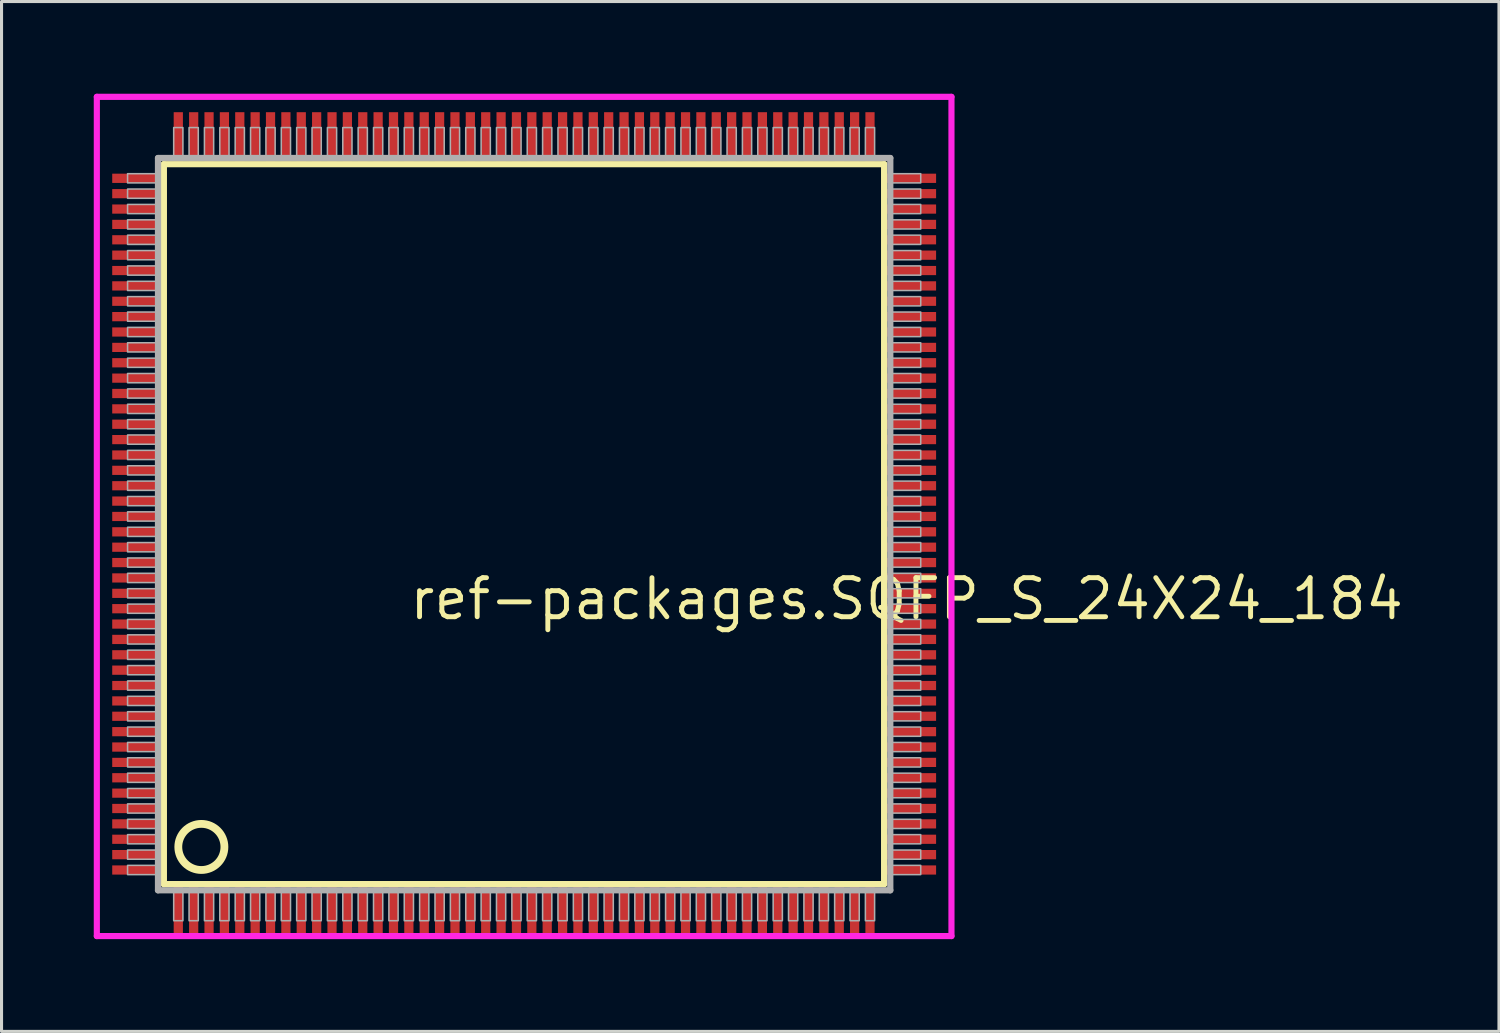
<source format=kicad_pcb>
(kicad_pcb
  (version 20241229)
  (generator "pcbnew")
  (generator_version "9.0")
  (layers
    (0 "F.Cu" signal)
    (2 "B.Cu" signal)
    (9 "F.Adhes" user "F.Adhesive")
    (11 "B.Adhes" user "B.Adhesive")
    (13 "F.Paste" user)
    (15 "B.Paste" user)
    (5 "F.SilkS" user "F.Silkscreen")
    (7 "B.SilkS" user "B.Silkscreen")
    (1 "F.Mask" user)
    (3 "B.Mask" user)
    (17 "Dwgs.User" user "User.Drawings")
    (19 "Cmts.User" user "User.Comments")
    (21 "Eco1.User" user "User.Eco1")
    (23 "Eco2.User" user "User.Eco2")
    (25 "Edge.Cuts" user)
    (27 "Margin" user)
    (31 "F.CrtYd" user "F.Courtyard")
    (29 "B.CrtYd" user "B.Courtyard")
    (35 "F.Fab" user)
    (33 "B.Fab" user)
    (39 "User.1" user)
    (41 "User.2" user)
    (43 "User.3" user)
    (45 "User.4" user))
  (footprint "ref-packages.SQFP_S_24X24_184"
    (layer "F.Cu")
    (at 14 14)
    (property "Reference" "ref-packages.SQFP_S_24X24_184" (at -3.81 3.175 0) (layer "F.SilkS") (effects (font (size 1.27 1.27) (thickness 0.16)) (justify left bottom)))
    (attr smd)
    (fp_line (start -11.72 -11.71) (end 11.71 -11.71) (stroke (width 0.203) (type default)) (layer "F.SilkS"))
    (fp_line (start -11.72 11.71) (end -11.72 -11.71) (stroke (width 0.203) (type default)) (layer "F.SilkS"))
    (fp_line (start 11.71 11.71) (end -11.72 11.71) (stroke (width 0.203) (type default)) (layer "F.SilkS"))
    (fp_line (start 11.71 -11.71) (end 11.71 11.71) (stroke (width 0.203) (type default)) (layer "F.SilkS"))
    (fp_circle (center -10.5 10.5) (end -9.75 10.5) (stroke (width 0.254) (type default)) (fill no) (layer "F.SilkS"))
    (fp_line (start -13.9 -13.9) (end 13.9 -13.9) (stroke (width 0.2) (type default)) (layer "F.CrtYd"))
    (fp_line (start -13.9 13.4) (end -13.9 -13.9) (stroke (width 0.2) (type default)) (layer "F.CrtYd"))
    (fp_line (start 13.9 -13.9) (end 13.9 13.4) (stroke (width 0.2) (type default)) (layer "F.CrtYd"))
    (fp_line (start 13.9 13.4) (end -13.9 13.4) (stroke (width 0.2) (type default)) (layer "F.CrtYd"))
    (fp_line (start -11.91 -11.91) (end -11.91 11.91) (stroke (width 0.203) (type default)) (layer "F.Fab"))
    (fp_line (start -11.91 11.91) (end 11.91 11.91) (stroke (width 0.203) (type default)) (layer "F.Fab"))
    (fp_line (start 11.91 -11.91) (end -11.91 -11.91) (stroke (width 0.203) (type default)) (layer "F.Fab"))
    (fp_line (start 11.91 11.91) (end 11.91 -11.91) (stroke (width 0.203) (type default)) (layer "F.Fab"))
    (fp_rect (start -12.9 -11.1) (end -11.95 -11.4) (stroke (width 0.05) (type default)) (fill no) (layer "F.Fab"))
    (fp_rect (start -12.9 -10.6) (end -11.95 -10.9) (stroke (width 0.05) (type default)) (fill no) (layer "F.Fab"))
    (fp_rect (start -12.9 -10.1) (end -11.95 -10.4) (stroke (width 0.05) (type default)) (fill no) (layer "F.Fab"))
    (fp_rect (start -12.9 -9.6) (end -11.95 -9.9) (stroke (width 0.05) (type default)) (fill no) (layer "F.Fab"))
    (fp_rect (start -12.9 -9.1) (end -11.95 -9.4) (stroke (width 0.05) (type default)) (fill no) (layer "F.Fab"))
    (fp_rect (start -12.9 -8.6) (end -11.95 -8.9) (stroke (width 0.05) (type default)) (fill no) (layer "F.Fab"))
    (fp_rect (start -12.9 -8.1) (end -11.95 -8.4) (stroke (width 0.05) (type default)) (fill no) (layer "F.Fab"))
    (fp_rect (start -12.9 -7.6) (end -11.95 -7.9) (stroke (width 0.05) (type default)) (fill no) (layer "F.Fab"))
    (fp_rect (start -12.9 -7.1) (end -11.95 -7.4) (stroke (width 0.05) (type default)) (fill no) (layer "F.Fab"))
    (fp_rect (start -12.9 -6.6) (end -11.95 -6.9) (stroke (width 0.05) (type default)) (fill no) (layer "F.Fab"))
    (fp_rect (start -12.9 -6.1) (end -11.95 -6.4) (stroke (width 0.05) (type default)) (fill no) (layer "F.Fab"))
    (fp_rect (start -12.9 -5.6) (end -11.95 -5.9) (stroke (width 0.05) (type default)) (fill no) (layer "F.Fab"))
    (fp_rect (start -12.9 -5.1) (end -11.95 -5.4) (stroke (width 0.05) (type default)) (fill no) (layer "F.Fab"))
    (fp_rect (start -12.9 -4.6) (end -11.95 -4.9) (stroke (width 0.05) (type default)) (fill no) (layer "F.Fab"))
    (fp_rect (start -12.9 -4.1) (end -11.95 -4.4) (stroke (width 0.05) (type default)) (fill no) (layer "F.Fab"))
    (fp_rect (start -12.9 -3.6) (end -11.95 -3.9) (stroke (width 0.05) (type default)) (fill no) (layer "F.Fab"))
    (fp_rect (start -12.9 -3.1) (end -11.95 -3.4) (stroke (width 0.05) (type default)) (fill no) (layer "F.Fab"))
    (fp_rect (start -12.9 -2.6) (end -11.95 -2.9) (stroke (width 0.05) (type default)) (fill no) (layer "F.Fab"))
    (fp_rect (start -12.9 -2.1) (end -11.95 -2.4) (stroke (width 0.05) (type default)) (fill no) (layer "F.Fab"))
    (fp_rect (start -12.9 -1.6) (end -11.95 -1.9) (stroke (width 0.05) (type default)) (fill no) (layer "F.Fab"))
    (fp_rect (start -12.9 -1.1) (end -11.95 -1.4) (stroke (width 0.05) (type default)) (fill no) (layer "F.Fab"))
    (fp_rect (start -12.9 -0.6) (end -11.95 -0.9) (stroke (width 0.05) (type default)) (fill no) (layer "F.Fab"))
    (fp_rect (start -12.9 -0.1) (end -11.95 -0.4) (stroke (width 0.05) (type default)) (fill no) (layer "F.Fab"))
    (fp_rect (start -12.9 0.4) (end -11.95 0.1) (stroke (width 0.05) (type default)) (fill no) (layer "F.Fab"))
    (fp_rect (start -12.9 0.9) (end -11.95 0.6) (stroke (width 0.05) (type default)) (fill no) (layer "F.Fab"))
    (fp_rect (start -12.9 1.4) (end -11.95 1.1) (stroke (width 0.05) (type default)) (fill no) (layer "F.Fab"))
    (fp_rect (start -12.9 1.9) (end -11.95 1.6) (stroke (width 0.05) (type default)) (fill no) (layer "F.Fab"))
    (fp_rect (start -12.9 2.4) (end -11.95 2.1) (stroke (width 0.05) (type default)) (fill no) (layer "F.Fab"))
    (fp_rect (start -12.9 2.9) (end -11.95 2.6) (stroke (width 0.05) (type default)) (fill no) (layer "F.Fab"))
    (fp_rect (start -12.9 3.4) (end -11.95 3.1) (stroke (width 0.05) (type default)) (fill no) (layer "F.Fab"))
    (fp_rect (start -12.9 3.9) (end -11.95 3.6) (stroke (width 0.05) (type default)) (fill no) (layer "F.Fab"))
    (fp_rect (start -12.9 4.4) (end -11.95 4.1) (stroke (width 0.05) (type default)) (fill no) (layer "F.Fab"))
    (fp_rect (start -12.9 4.9) (end -11.95 4.6) (stroke (width 0.05) (type default)) (fill no) (layer "F.Fab"))
    (fp_rect (start -12.9 5.4) (end -11.95 5.1) (stroke (width 0.05) (type default)) (fill no) (layer "F.Fab"))
    (fp_rect (start -12.9 5.9) (end -11.95 5.6) (stroke (width 0.05) (type default)) (fill no) (layer "F.Fab"))
    (fp_rect (start -12.9 6.4) (end -11.95 6.1) (stroke (width 0.05) (type default)) (fill no) (layer "F.Fab"))
    (fp_rect (start -12.9 6.9) (end -11.95 6.6) (stroke (width 0.05) (type default)) (fill no) (layer "F.Fab"))
    (fp_rect (start -12.9 7.4) (end -11.95 7.1) (stroke (width 0.05) (type default)) (fill no) (layer "F.Fab"))
    (fp_rect (start -12.9 7.9) (end -11.95 7.6) (stroke (width 0.05) (type default)) (fill no) (layer "F.Fab"))
    (fp_rect (start -12.9 8.4) (end -11.95 8.1) (stroke (width 0.05) (type default)) (fill no) (layer "F.Fab"))
    (fp_rect (start -12.9 8.9) (end -11.95 8.6) (stroke (width 0.05) (type default)) (fill no) (layer "F.Fab"))
    (fp_rect (start -12.9 9.4) (end -11.95 9.1) (stroke (width 0.05) (type default)) (fill no) (layer "F.Fab"))
    (fp_rect (start -12.9 9.9) (end -11.95 9.6) (stroke (width 0.05) (type default)) (fill no) (layer "F.Fab"))
    (fp_rect (start -12.9 10.4) (end -11.95 10.1) (stroke (width 0.05) (type default)) (fill no) (layer "F.Fab"))
    (fp_rect (start -12.9 10.9) (end -11.95 10.6) (stroke (width 0.05) (type default)) (fill no) (layer "F.Fab"))
    (fp_rect (start -12.9 11.4) (end -11.95 11.1) (stroke (width 0.05) (type default)) (fill no) (layer "F.Fab"))
    (fp_rect (start -11.4 -11.95) (end -11.1 -12.9) (stroke (width 0.05) (type default)) (fill no) (layer "F.Fab"))
    (fp_rect (start -11.4 12.9) (end -11.1 11.95) (stroke (width 0.05) (type default)) (fill no) (layer "F.Fab"))
    (fp_rect (start -10.9 -11.95) (end -10.6 -12.9) (stroke (width 0.05) (type default)) (fill no) (layer "F.Fab"))
    (fp_rect (start -10.9 12.9) (end -10.6 11.95) (stroke (width 0.05) (type default)) (fill no) (layer "F.Fab"))
    (fp_rect (start -10.4 -11.95) (end -10.1 -12.9) (stroke (width 0.05) (type default)) (fill no) (layer "F.Fab"))
    (fp_rect (start -10.4 12.9) (end -10.1 11.95) (stroke (width 0.05) (type default)) (fill no) (layer "F.Fab"))
    (fp_rect (start -9.9 -11.95) (end -9.6 -12.9) (stroke (width 0.05) (type default)) (fill no) (layer "F.Fab"))
    (fp_rect (start -9.9 12.9) (end -9.6 11.95) (stroke (width 0.05) (type default)) (fill no) (layer "F.Fab"))
    (fp_rect (start -9.4 -11.95) (end -9.1 -12.9) (stroke (width 0.05) (type default)) (fill no) (layer "F.Fab"))
    (fp_rect (start -9.4 12.9) (end -9.1 11.95) (stroke (width 0.05) (type default)) (fill no) (layer "F.Fab"))
    (fp_rect (start -8.9 -11.95) (end -8.6 -12.9) (stroke (width 0.05) (type default)) (fill no) (layer "F.Fab"))
    (fp_rect (start -8.9 12.9) (end -8.6 11.95) (stroke (width 0.05) (type default)) (fill no) (layer "F.Fab"))
    (fp_rect (start -8.4 -11.95) (end -8.1 -12.9) (stroke (width 0.05) (type default)) (fill no) (layer "F.Fab"))
    (fp_rect (start -8.4 12.9) (end -8.1 11.95) (stroke (width 0.05) (type default)) (fill no) (layer "F.Fab"))
    (fp_rect (start -7.9 -11.95) (end -7.6 -12.9) (stroke (width 0.05) (type default)) (fill no) (layer "F.Fab"))
    (fp_rect (start -7.9 12.9) (end -7.6 11.95) (stroke (width 0.05) (type default)) (fill no) (layer "F.Fab"))
    (fp_rect (start -7.4 -11.95) (end -7.1 -12.9) (stroke (width 0.05) (type default)) (fill no) (layer "F.Fab"))
    (fp_rect (start -7.4 12.9) (end -7.1 11.95) (stroke (width 0.05) (type default)) (fill no) (layer "F.Fab"))
    (fp_rect (start -6.9 -11.95) (end -6.6 -12.9) (stroke (width 0.05) (type default)) (fill no) (layer "F.Fab"))
    (fp_rect (start -6.9 12.9) (end -6.6 11.95) (stroke (width 0.05) (type default)) (fill no) (layer "F.Fab"))
    (fp_rect (start -6.4 -11.95) (end -6.1 -12.9) (stroke (width 0.05) (type default)) (fill no) (layer "F.Fab"))
    (fp_rect (start -6.4 12.9) (end -6.1 11.95) (stroke (width 0.05) (type default)) (fill no) (layer "F.Fab"))
    (fp_rect (start -5.9 -11.95) (end -5.6 -12.9) (stroke (width 0.05) (type default)) (fill no) (layer "F.Fab"))
    (fp_rect (start -5.9 12.9) (end -5.6 11.95) (stroke (width 0.05) (type default)) (fill no) (layer "F.Fab"))
    (fp_rect (start -5.4 -11.95) (end -5.1 -12.9) (stroke (width 0.05) (type default)) (fill no) (layer "F.Fab"))
    (fp_rect (start -5.4 12.9) (end -5.1 11.95) (stroke (width 0.05) (type default)) (fill no) (layer "F.Fab"))
    (fp_rect (start -4.9 -11.95) (end -4.6 -12.9) (stroke (width 0.05) (type default)) (fill no) (layer "F.Fab"))
    (fp_rect (start -4.9 12.9) (end -4.6 11.95) (stroke (width 0.05) (type default)) (fill no) (layer "F.Fab"))
    (fp_rect (start -4.4 -11.95) (end -4.1 -12.9) (stroke (width 0.05) (type default)) (fill no) (layer "F.Fab"))
    (fp_rect (start -4.4 12.9) (end -4.1 11.95) (stroke (width 0.05) (type default)) (fill no) (layer "F.Fab"))
    (fp_rect (start -3.9 -11.95) (end -3.6 -12.9) (stroke (width 0.05) (type default)) (fill no) (layer "F.Fab"))
    (fp_rect (start -3.9 12.9) (end -3.6 11.95) (stroke (width 0.05) (type default)) (fill no) (layer "F.Fab"))
    (fp_rect (start -3.4 -11.95) (end -3.1 -12.9) (stroke (width 0.05) (type default)) (fill no) (layer "F.Fab"))
    (fp_rect (start -3.4 12.9) (end -3.1 11.95) (stroke (width 0.05) (type default)) (fill no) (layer "F.Fab"))
    (fp_rect (start -2.9 -11.95) (end -2.6 -12.9) (stroke (width 0.05) (type default)) (fill no) (layer "F.Fab"))
    (fp_rect (start -2.9 12.9) (end -2.6 11.95) (stroke (width 0.05) (type default)) (fill no) (layer "F.Fab"))
    (fp_rect (start -2.4 -11.95) (end -2.1 -12.9) (stroke (width 0.05) (type default)) (fill no) (layer "F.Fab"))
    (fp_rect (start -2.4 12.9) (end -2.1 11.95) (stroke (width 0.05) (type default)) (fill no) (layer "F.Fab"))
    (fp_rect (start -1.9 -11.95) (end -1.6 -12.9) (stroke (width 0.05) (type default)) (fill no) (layer "F.Fab"))
    (fp_rect (start -1.9 12.9) (end -1.6 11.95) (stroke (width 0.05) (type default)) (fill no) (layer "F.Fab"))
    (fp_rect (start -1.4 -11.95) (end -1.1 -12.9) (stroke (width 0.05) (type default)) (fill no) (layer "F.Fab"))
    (fp_rect (start -1.4 12.9) (end -1.1 11.95) (stroke (width 0.05) (type default)) (fill no) (layer "F.Fab"))
    (fp_rect (start -0.9 -11.95) (end -0.6 -12.9) (stroke (width 0.05) (type default)) (fill no) (layer "F.Fab"))
    (fp_rect (start -0.9 12.9) (end -0.6 11.95) (stroke (width 0.05) (type default)) (fill no) (layer "F.Fab"))
    (fp_rect (start -0.4 -11.95) (end -0.1 -12.9) (stroke (width 0.05) (type default)) (fill no) (layer "F.Fab"))
    (fp_rect (start -0.4 12.9) (end -0.1 11.95) (stroke (width 0.05) (type default)) (fill no) (layer "F.Fab"))
    (fp_rect (start 0.1 -11.95) (end 0.4 -12.9) (stroke (width 0.05) (type default)) (fill no) (layer "F.Fab"))
    (fp_rect (start 0.1 12.9) (end 0.4 11.95) (stroke (width 0.05) (type default)) (fill no) (layer "F.Fab"))
    (fp_rect (start 0.6 -11.95) (end 0.9 -12.9) (stroke (width 0.05) (type default)) (fill no) (layer "F.Fab"))
    (fp_rect (start 0.6 12.9) (end 0.9 11.95) (stroke (width 0.05) (type default)) (fill no) (layer "F.Fab"))
    (fp_rect (start 1.1 -11.95) (end 1.4 -12.9) (stroke (width 0.05) (type default)) (fill no) (layer "F.Fab"))
    (fp_rect (start 1.1 12.9) (end 1.4 11.95) (stroke (width 0.05) (type default)) (fill no) (layer "F.Fab"))
    (fp_rect (start 1.6 -11.95) (end 1.9 -12.9) (stroke (width 0.05) (type default)) (fill no) (layer "F.Fab"))
    (fp_rect (start 1.6 12.9) (end 1.9 11.95) (stroke (width 0.05) (type default)) (fill no) (layer "F.Fab"))
    (fp_rect (start 2.1 -11.95) (end 2.4 -12.9) (stroke (width 0.05) (type default)) (fill no) (layer "F.Fab"))
    (fp_rect (start 2.1 12.9) (end 2.4 11.95) (stroke (width 0.05) (type default)) (fill no) (layer "F.Fab"))
    (fp_rect (start 2.6 -11.95) (end 2.9 -12.9) (stroke (width 0.05) (type default)) (fill no) (layer "F.Fab"))
    (fp_rect (start 2.6 12.9) (end 2.9 11.95) (stroke (width 0.05) (type default)) (fill no) (layer "F.Fab"))
    (fp_rect (start 3.1 -11.95) (end 3.4 -12.9) (stroke (width 0.05) (type default)) (fill no) (layer "F.Fab"))
    (fp_rect (start 3.1 12.9) (end 3.4 11.95) (stroke (width 0.05) (type default)) (fill no) (layer "F.Fab"))
    (fp_rect (start 3.6 -11.95) (end 3.9 -12.9) (stroke (width 0.05) (type default)) (fill no) (layer "F.Fab"))
    (fp_rect (start 3.6 12.9) (end 3.9 11.95) (stroke (width 0.05) (type default)) (fill no) (layer "F.Fab"))
    (fp_rect (start 4.1 -11.95) (end 4.4 -12.9) (stroke (width 0.05) (type default)) (fill no) (layer "F.Fab"))
    (fp_rect (start 4.1 12.9) (end 4.4 11.95) (stroke (width 0.05) (type default)) (fill no) (layer "F.Fab"))
    (fp_rect (start 4.6 -11.95) (end 4.9 -12.9) (stroke (width 0.05) (type default)) (fill no) (layer "F.Fab"))
    (fp_rect (start 4.6 12.9) (end 4.9 11.95) (stroke (width 0.05) (type default)) (fill no) (layer "F.Fab"))
    (fp_rect (start 5.1 -11.95) (end 5.4 -12.9) (stroke (width 0.05) (type default)) (fill no) (layer "F.Fab"))
    (fp_rect (start 5.1 12.9) (end 5.4 11.95) (stroke (width 0.05) (type default)) (fill no) (layer "F.Fab"))
    (fp_rect (start 5.6 -11.95) (end 5.9 -12.9) (stroke (width 0.05) (type default)) (fill no) (layer "F.Fab"))
    (fp_rect (start 5.6 12.9) (end 5.9 11.95) (stroke (width 0.05) (type default)) (fill no) (layer "F.Fab"))
    (fp_rect (start 6.1 -11.95) (end 6.4 -12.9) (stroke (width 0.05) (type default)) (fill no) (layer "F.Fab"))
    (fp_rect (start 6.1 12.9) (end 6.4 11.95) (stroke (width 0.05) (type default)) (fill no) (layer "F.Fab"))
    (fp_rect (start 6.6 -11.95) (end 6.9 -12.9) (stroke (width 0.05) (type default)) (fill no) (layer "F.Fab"))
    (fp_rect (start 6.6 12.9) (end 6.9 11.95) (stroke (width 0.05) (type default)) (fill no) (layer "F.Fab"))
    (fp_rect (start 7.1 -11.95) (end 7.4 -12.9) (stroke (width 0.05) (type default)) (fill no) (layer "F.Fab"))
    (fp_rect (start 7.1 12.9) (end 7.4 11.95) (stroke (width 0.05) (type default)) (fill no) (layer "F.Fab"))
    (fp_rect (start 7.6 -11.95) (end 7.9 -12.9) (stroke (width 0.05) (type default)) (fill no) (layer "F.Fab"))
    (fp_rect (start 7.6 12.9) (end 7.9 11.95) (stroke (width 0.05) (type default)) (fill no) (layer "F.Fab"))
    (fp_rect (start 8.1 -11.95) (end 8.4 -12.9) (stroke (width 0.05) (type default)) (fill no) (layer "F.Fab"))
    (fp_rect (start 8.1 12.9) (end 8.4 11.95) (stroke (width 0.05) (type default)) (fill no) (layer "F.Fab"))
    (fp_rect (start 8.6 -11.95) (end 8.9 -12.9) (stroke (width 0.05) (type default)) (fill no) (layer "F.Fab"))
    (fp_rect (start 8.6 12.9) (end 8.9 11.95) (stroke (width 0.05) (type default)) (fill no) (layer "F.Fab"))
    (fp_rect (start 9.1 -11.95) (end 9.4 -12.9) (stroke (width 0.05) (type default)) (fill no) (layer "F.Fab"))
    (fp_rect (start 9.1 12.9) (end 9.4 11.95) (stroke (width 0.05) (type default)) (fill no) (layer "F.Fab"))
    (fp_rect (start 9.6 -11.95) (end 9.9 -12.9) (stroke (width 0.05) (type default)) (fill no) (layer "F.Fab"))
    (fp_rect (start 9.6 12.9) (end 9.9 11.95) (stroke (width 0.05) (type default)) (fill no) (layer "F.Fab"))
    (fp_rect (start 10.1 -11.95) (end 10.4 -12.9) (stroke (width 0.05) (type default)) (fill no) (layer "F.Fab"))
    (fp_rect (start 10.1 12.9) (end 10.4 11.95) (stroke (width 0.05) (type default)) (fill no) (layer "F.Fab"))
    (fp_rect (start 10.6 -11.95) (end 10.9 -12.9) (stroke (width 0.05) (type default)) (fill no) (layer "F.Fab"))
    (fp_rect (start 10.6 12.9) (end 10.9 11.95) (stroke (width 0.05) (type default)) (fill no) (layer "F.Fab"))
    (fp_rect (start 11.1 -11.95) (end 11.4 -12.9) (stroke (width 0.05) (type default)) (fill no) (layer "F.Fab"))
    (fp_rect (start 11.1 12.9) (end 11.4 11.95) (stroke (width 0.05) (type default)) (fill no) (layer "F.Fab"))
    (fp_rect (start 11.95 -11.1) (end 12.9 -11.4) (stroke (width 0.05) (type default)) (fill no) (layer "F.Fab"))
    (fp_rect (start 11.95 -10.6) (end 12.9 -10.9) (stroke (width 0.05) (type default)) (fill no) (layer "F.Fab"))
    (fp_rect (start 11.95 -10.1) (end 12.9 -10.4) (stroke (width 0.05) (type default)) (fill no) (layer "F.Fab"))
    (fp_rect (start 11.95 -9.6) (end 12.9 -9.9) (stroke (width 0.05) (type default)) (fill no) (layer "F.Fab"))
    (fp_rect (start 11.95 -9.1) (end 12.9 -9.4) (stroke (width 0.05) (type default)) (fill no) (layer "F.Fab"))
    (fp_rect (start 11.95 -8.6) (end 12.9 -8.9) (stroke (width 0.05) (type default)) (fill no) (layer "F.Fab"))
    (fp_rect (start 11.95 -8.1) (end 12.9 -8.4) (stroke (width 0.05) (type default)) (fill no) (layer "F.Fab"))
    (fp_rect (start 11.95 -7.6) (end 12.9 -7.9) (stroke (width 0.05) (type default)) (fill no) (layer "F.Fab"))
    (fp_rect (start 11.95 -7.1) (end 12.9 -7.4) (stroke (width 0.05) (type default)) (fill no) (layer "F.Fab"))
    (fp_rect (start 11.95 -6.6) (end 12.9 -6.9) (stroke (width 0.05) (type default)) (fill no) (layer "F.Fab"))
    (fp_rect (start 11.95 -6.1) (end 12.9 -6.4) (stroke (width 0.05) (type default)) (fill no) (layer "F.Fab"))
    (fp_rect (start 11.95 -5.6) (end 12.9 -5.9) (stroke (width 0.05) (type default)) (fill no) (layer "F.Fab"))
    (fp_rect (start 11.95 -5.1) (end 12.9 -5.4) (stroke (width 0.05) (type default)) (fill no) (layer "F.Fab"))
    (fp_rect (start 11.95 -4.6) (end 12.9 -4.9) (stroke (width 0.05) (type default)) (fill no) (layer "F.Fab"))
    (fp_rect (start 11.95 -4.1) (end 12.9 -4.4) (stroke (width 0.05) (type default)) (fill no) (layer "F.Fab"))
    (fp_rect (start 11.95 -3.6) (end 12.9 -3.9) (stroke (width 0.05) (type default)) (fill no) (layer "F.Fab"))
    (fp_rect (start 11.95 -3.1) (end 12.9 -3.4) (stroke (width 0.05) (type default)) (fill no) (layer "F.Fab"))
    (fp_rect (start 11.95 -2.6) (end 12.9 -2.9) (stroke (width 0.05) (type default)) (fill no) (layer "F.Fab"))
    (fp_rect (start 11.95 -2.1) (end 12.9 -2.4) (stroke (width 0.05) (type default)) (fill no) (layer "F.Fab"))
    (fp_rect (start 11.95 -1.6) (end 12.9 -1.9) (stroke (width 0.05) (type default)) (fill no) (layer "F.Fab"))
    (fp_rect (start 11.95 -1.1) (end 12.9 -1.4) (stroke (width 0.05) (type default)) (fill no) (layer "F.Fab"))
    (fp_rect (start 11.95 -0.6) (end 12.9 -0.9) (stroke (width 0.05) (type default)) (fill no) (layer "F.Fab"))
    (fp_rect (start 11.95 -0.1) (end 12.9 -0.4) (stroke (width 0.05) (type default)) (fill no) (layer "F.Fab"))
    (fp_rect (start 11.95 0.4) (end 12.9 0.1) (stroke (width 0.05) (type default)) (fill no) (layer "F.Fab"))
    (fp_rect (start 11.95 0.9) (end 12.9 0.6) (stroke (width 0.05) (type default)) (fill no) (layer "F.Fab"))
    (fp_rect (start 11.95 1.4) (end 12.9 1.1) (stroke (width 0.05) (type default)) (fill no) (layer "F.Fab"))
    (fp_rect (start 11.95 1.9) (end 12.9 1.6) (stroke (width 0.05) (type default)) (fill no) (layer "F.Fab"))
    (fp_rect (start 11.95 2.4) (end 12.9 2.1) (stroke (width 0.05) (type default)) (fill no) (layer "F.Fab"))
    (fp_rect (start 11.95 2.9) (end 12.9 2.6) (stroke (width 0.05) (type default)) (fill no) (layer "F.Fab"))
    (fp_rect (start 11.95 3.4) (end 12.9 3.1) (stroke (width 0.05) (type default)) (fill no) (layer "F.Fab"))
    (fp_rect (start 11.95 3.9) (end 12.9 3.6) (stroke (width 0.05) (type default)) (fill no) (layer "F.Fab"))
    (fp_rect (start 11.95 4.4) (end 12.9 4.1) (stroke (width 0.05) (type default)) (fill no) (layer "F.Fab"))
    (fp_rect (start 11.95 4.9) (end 12.9 4.6) (stroke (width 0.05) (type default)) (fill no) (layer "F.Fab"))
    (fp_rect (start 11.95 5.4) (end 12.9 5.1) (stroke (width 0.05) (type default)) (fill no) (layer "F.Fab"))
    (fp_rect (start 11.95 5.9) (end 12.9 5.6) (stroke (width 0.05) (type default)) (fill no) (layer "F.Fab"))
    (fp_rect (start 11.95 6.4) (end 12.9 6.1) (stroke (width 0.05) (type default)) (fill no) (layer "F.Fab"))
    (fp_rect (start 11.95 6.9) (end 12.9 6.6) (stroke (width 0.05) (type default)) (fill no) (layer "F.Fab"))
    (fp_rect (start 11.95 7.4) (end 12.9 7.1) (stroke (width 0.05) (type default)) (fill no) (layer "F.Fab"))
    (fp_rect (start 11.95 7.9) (end 12.9 7.6) (stroke (width 0.05) (type default)) (fill no) (layer "F.Fab"))
    (fp_rect (start 11.95 8.4) (end 12.9 8.1) (stroke (width 0.05) (type default)) (fill no) (layer "F.Fab"))
    (fp_rect (start 11.95 8.9) (end 12.9 8.6) (stroke (width 0.05) (type default)) (fill no) (layer "F.Fab"))
    (fp_rect (start 11.95 9.4) (end 12.9 9.1) (stroke (width 0.05) (type default)) (fill no) (layer "F.Fab"))
    (fp_rect (start 11.95 9.9) (end 12.9 9.6) (stroke (width 0.05) (type default)) (fill no) (layer "F.Fab"))
    (fp_rect (start 11.95 10.4) (end 12.9 10.1) (stroke (width 0.05) (type default)) (fill no) (layer "F.Fab"))
    (fp_rect (start 11.95 10.9) (end 12.9 10.6) (stroke (width 0.05) (type default)) (fill no) (layer "F.Fab"))
    (fp_rect (start 11.95 11.4) (end 12.9 11.1) (stroke (width 0.05) (type default)) (fill no) (layer "F.Fab"))
    (pad "1" smd roundrect (at -11.25 12.6) (size 0.3 1.6) (layers "F.Cu" "F.Mask" "F.Paste") (roundrect_rratio 0.01))
    (pad "2" smd roundrect (at -10.75 12.6) (size 0.3 1.6) (layers "F.Cu" "F.Mask" "F.Paste") (roundrect_rratio 0.01))
    (pad "3" smd roundrect (at -10.25 12.6) (size 0.3 1.6) (layers "F.Cu" "F.Mask" "F.Paste") (roundrect_rratio 0.01))
    (pad "4" smd roundrect (at -9.75 12.6) (size 0.3 1.6) (layers "F.Cu" "F.Mask" "F.Paste") (roundrect_rratio 0.01))
    (pad "5" smd roundrect (at -9.25 12.6) (size 0.3 1.6) (layers "F.Cu" "F.Mask" "F.Paste") (roundrect_rratio 0.01))
    (pad "6" smd roundrect (at -8.75 12.6) (size 0.3 1.6) (layers "F.Cu" "F.Mask" "F.Paste") (roundrect_rratio 0.01))
    (pad "7" smd roundrect (at -8.25 12.6) (size 0.3 1.6) (layers "F.Cu" "F.Mask" "F.Paste") (roundrect_rratio 0.01))
    (pad "8" smd roundrect (at -7.75 12.6) (size 0.3 1.6) (layers "F.Cu" "F.Mask" "F.Paste") (roundrect_rratio 0.01))
    (pad "9" smd roundrect (at -7.25 12.6) (size 0.3 1.6) (layers "F.Cu" "F.Mask" "F.Paste") (roundrect_rratio 0.01))
    (pad "10" smd roundrect (at -6.75 12.6) (size 0.3 1.6) (layers "F.Cu" "F.Mask" "F.Paste") (roundrect_rratio 0.01))
    (pad "11" smd roundrect (at -6.25 12.6) (size 0.3 1.6) (layers "F.Cu" "F.Mask" "F.Paste") (roundrect_rratio 0.01))
    (pad "12" smd roundrect (at -5.75 12.6) (size 0.3 1.6) (layers "F.Cu" "F.Mask" "F.Paste") (roundrect_rratio 0.01))
    (pad "13" smd roundrect (at -5.25 12.6) (size 0.3 1.6) (layers "F.Cu" "F.Mask" "F.Paste") (roundrect_rratio 0.01))
    (pad "14" smd roundrect (at -4.75 12.6) (size 0.3 1.6) (layers "F.Cu" "F.Mask" "F.Paste") (roundrect_rratio 0.01))
    (pad "15" smd roundrect (at -4.25 12.6) (size 0.3 1.6) (layers "F.Cu" "F.Mask" "F.Paste") (roundrect_rratio 0.01))
    (pad "16" smd roundrect (at -3.75 12.6) (size 0.3 1.6) (layers "F.Cu" "F.Mask" "F.Paste") (roundrect_rratio 0.01))
    (pad "17" smd roundrect (at -3.25 12.6) (size 0.3 1.6) (layers "F.Cu" "F.Mask" "F.Paste") (roundrect_rratio 0.01))
    (pad "18" smd roundrect (at -2.75 12.6) (size 0.3 1.6) (layers "F.Cu" "F.Mask" "F.Paste") (roundrect_rratio 0.01))
    (pad "19" smd roundrect (at -2.25 12.6) (size 0.3 1.6) (layers "F.Cu" "F.Mask" "F.Paste") (roundrect_rratio 0.01))
    (pad "20" smd roundrect (at -1.75 12.6) (size 0.3 1.6) (layers "F.Cu" "F.Mask" "F.Paste") (roundrect_rratio 0.01))
    (pad "21" smd roundrect (at -1.25 12.6) (size 0.3 1.6) (layers "F.Cu" "F.Mask" "F.Paste") (roundrect_rratio 0.01))
    (pad "22" smd roundrect (at -0.75 12.6) (size 0.3 1.6) (layers "F.Cu" "F.Mask" "F.Paste") (roundrect_rratio 0.01))
    (pad "23" smd roundrect (at -0.25 12.6) (size 0.3 1.6) (layers "F.Cu" "F.Mask" "F.Paste") (roundrect_rratio 0.01))
    (pad "24" smd roundrect (at 0.25 12.6) (size 0.3 1.6) (layers "F.Cu" "F.Mask" "F.Paste") (roundrect_rratio 0.01))
    (pad "25" smd roundrect (at 0.75 12.6) (size 0.3 1.6) (layers "F.Cu" "F.Mask" "F.Paste") (roundrect_rratio 0.01))
    (pad "26" smd roundrect (at 1.25 12.6) (size 0.3 1.6) (layers "F.Cu" "F.Mask" "F.Paste") (roundrect_rratio 0.01))
    (pad "27" smd roundrect (at 1.75 12.6) (size 0.3 1.6) (layers "F.Cu" "F.Mask" "F.Paste") (roundrect_rratio 0.01))
    (pad "28" smd roundrect (at 2.25 12.6) (size 0.3 1.6) (layers "F.Cu" "F.Mask" "F.Paste") (roundrect_rratio 0.01))
    (pad "29" smd roundrect (at 2.75 12.6) (size 0.3 1.6) (layers "F.Cu" "F.Mask" "F.Paste") (roundrect_rratio 0.01))
    (pad "30" smd roundrect (at 3.25 12.6) (size 0.3 1.6) (layers "F.Cu" "F.Mask" "F.Paste") (roundrect_rratio 0.01))
    (pad "31" smd roundrect (at 3.75 12.6) (size 0.3 1.6) (layers "F.Cu" "F.Mask" "F.Paste") (roundrect_rratio 0.01))
    (pad "32" smd roundrect (at 4.25 12.6) (size 0.3 1.6) (layers "F.Cu" "F.Mask" "F.Paste") (roundrect_rratio 0.01))
    (pad "33" smd roundrect (at 4.75 12.6) (size 0.3 1.6) (layers "F.Cu" "F.Mask" "F.Paste") (roundrect_rratio 0.01))
    (pad "34" smd roundrect (at 5.25 12.6) (size 0.3 1.6) (layers "F.Cu" "F.Mask" "F.Paste") (roundrect_rratio 0.01))
    (pad "35" smd roundrect (at 5.75 12.6) (size 0.3 1.6) (layers "F.Cu" "F.Mask" "F.Paste") (roundrect_rratio 0.01))
    (pad "36" smd roundrect (at 6.25 12.6) (size 0.3 1.6) (layers "F.Cu" "F.Mask" "F.Paste") (roundrect_rratio 0.01))
    (pad "37" smd roundrect (at 6.75 12.6) (size 0.3 1.6) (layers "F.Cu" "F.Mask" "F.Paste") (roundrect_rratio 0.01))
    (pad "38" smd roundrect (at 7.25 12.6) (size 0.3 1.6) (layers "F.Cu" "F.Mask" "F.Paste") (roundrect_rratio 0.01))
    (pad "39" smd roundrect (at 7.75 12.6) (size 0.3 1.6) (layers "F.Cu" "F.Mask" "F.Paste") (roundrect_rratio 0.01))
    (pad "40" smd roundrect (at 8.25 12.6) (size 0.3 1.6) (layers "F.Cu" "F.Mask" "F.Paste") (roundrect_rratio 0.01))
    (pad "41" smd roundrect (at 8.75 12.6) (size 0.3 1.6) (layers "F.Cu" "F.Mask" "F.Paste") (roundrect_rratio 0.01))
    (pad "42" smd roundrect (at 9.25 12.6) (size 0.3 1.6) (layers "F.Cu" "F.Mask" "F.Paste") (roundrect_rratio 0.01))
    (pad "43" smd roundrect (at 9.75 12.6) (size 0.3 1.6) (layers "F.Cu" "F.Mask" "F.Paste") (roundrect_rratio 0.01))
    (pad "44" smd roundrect (at 10.25 12.6) (size 0.3 1.6) (layers "F.Cu" "F.Mask" "F.Paste") (roundrect_rratio 0.01))
    (pad "45" smd roundrect (at 10.75 12.6) (size 0.3 1.6) (layers "F.Cu" "F.Mask" "F.Paste") (roundrect_rratio 0.01))
    (pad "46" smd roundrect (at 11.25 12.6) (size 0.3 1.6) (layers "F.Cu" "F.Mask" "F.Paste") (roundrect_rratio 0.01))
    (pad "47" smd roundrect (at 12.6 11.25) (size 1.6 0.3) (layers "F.Cu" "F.Mask" "F.Paste") (roundrect_rratio 0.01))
    (pad "48" smd roundrect (at 12.6 10.75) (size 1.6 0.3) (layers "F.Cu" "F.Mask" "F.Paste") (roundrect_rratio 0.01))
    (pad "49" smd roundrect (at 12.6 10.25) (size 1.6 0.3) (layers "F.Cu" "F.Mask" "F.Paste") (roundrect_rratio 0.01))
    (pad "50" smd roundrect (at 12.6 9.75) (size 1.6 0.3) (layers "F.Cu" "F.Mask" "F.Paste") (roundrect_rratio 0.01))
    (pad "51" smd roundrect (at 12.6 9.25) (size 1.6 0.3) (layers "F.Cu" "F.Mask" "F.Paste") (roundrect_rratio 0.01))
    (pad "52" smd roundrect (at 12.6 8.75) (size 1.6 0.3) (layers "F.Cu" "F.Mask" "F.Paste") (roundrect_rratio 0.01))
    (pad "53" smd roundrect (at 12.6 8.25) (size 1.6 0.3) (layers "F.Cu" "F.Mask" "F.Paste") (roundrect_rratio 0.01))
    (pad "54" smd roundrect (at 12.6 7.75) (size 1.6 0.3) (layers "F.Cu" "F.Mask" "F.Paste") (roundrect_rratio 0.01))
    (pad "55" smd roundrect (at 12.6 7.25) (size 1.6 0.3) (layers "F.Cu" "F.Mask" "F.Paste") (roundrect_rratio 0.01))
    (pad "56" smd roundrect (at 12.6 6.75) (size 1.6 0.3) (layers "F.Cu" "F.Mask" "F.Paste") (roundrect_rratio 0.01))
    (pad "57" smd roundrect (at 12.6 6.25) (size 1.6 0.3) (layers "F.Cu" "F.Mask" "F.Paste") (roundrect_rratio 0.01))
    (pad "58" smd roundrect (at 12.6 5.75) (size 1.6 0.3) (layers "F.Cu" "F.Mask" "F.Paste") (roundrect_rratio 0.01))
    (pad "59" smd roundrect (at 12.6 5.25) (size 1.6 0.3) (layers "F.Cu" "F.Mask" "F.Paste") (roundrect_rratio 0.01))
    (pad "60" smd roundrect (at 12.6 4.75) (size 1.6 0.3) (layers "F.Cu" "F.Mask" "F.Paste") (roundrect_rratio 0.01))
    (pad "61" smd roundrect (at 12.6 4.25) (size 1.6 0.3) (layers "F.Cu" "F.Mask" "F.Paste") (roundrect_rratio 0.01))
    (pad "62" smd roundrect (at 12.6 3.75) (size 1.6 0.3) (layers "F.Cu" "F.Mask" "F.Paste") (roundrect_rratio 0.01))
    (pad "63" smd roundrect (at 12.6 3.25) (size 1.6 0.3) (layers "F.Cu" "F.Mask" "F.Paste") (roundrect_rratio 0.01))
    (pad "64" smd roundrect (at 12.6 2.75) (size 1.6 0.3) (layers "F.Cu" "F.Mask" "F.Paste") (roundrect_rratio 0.01))
    (pad "65" smd roundrect (at 12.6 2.25) (size 1.6 0.3) (layers "F.Cu" "F.Mask" "F.Paste") (roundrect_rratio 0.01))
    (pad "66" smd roundrect (at 12.6 1.75) (size 1.6 0.3) (layers "F.Cu" "F.Mask" "F.Paste") (roundrect_rratio 0.01))
    (pad "67" smd roundrect (at 12.6 1.25) (size 1.6 0.3) (layers "F.Cu" "F.Mask" "F.Paste") (roundrect_rratio 0.01))
    (pad "68" smd roundrect (at 12.6 0.75) (size 1.6 0.3) (layers "F.Cu" "F.Mask" "F.Paste") (roundrect_rratio 0.01))
    (pad "69" smd roundrect (at 12.6 0.25) (size 1.6 0.3) (layers "F.Cu" "F.Mask" "F.Paste") (roundrect_rratio 0.01))
    (pad "70" smd roundrect (at 12.6 -0.25) (size 1.6 0.3) (layers "F.Cu" "F.Mask" "F.Paste") (roundrect_rratio 0.01))
    (pad "71" smd roundrect (at 12.6 -0.75) (size 1.6 0.3) (layers "F.Cu" "F.Mask" "F.Paste") (roundrect_rratio 0.01))
    (pad "72" smd roundrect (at 12.6 -1.25) (size 1.6 0.3) (layers "F.Cu" "F.Mask" "F.Paste") (roundrect_rratio 0.01))
    (pad "73" smd roundrect (at 12.6 -1.75) (size 1.6 0.3) (layers "F.Cu" "F.Mask" "F.Paste") (roundrect_rratio 0.01))
    (pad "74" smd roundrect (at 12.6 -2.25) (size 1.6 0.3) (layers "F.Cu" "F.Mask" "F.Paste") (roundrect_rratio 0.01))
    (pad "75" smd roundrect (at 12.6 -2.75) (size 1.6 0.3) (layers "F.Cu" "F.Mask" "F.Paste") (roundrect_rratio 0.01))
    (pad "76" smd roundrect (at 12.6 -3.25) (size 1.6 0.3) (layers "F.Cu" "F.Mask" "F.Paste") (roundrect_rratio 0.01))
    (pad "77" smd roundrect (at 12.6 -3.75) (size 1.6 0.3) (layers "F.Cu" "F.Mask" "F.Paste") (roundrect_rratio 0.01))
    (pad "78" smd roundrect (at 12.6 -4.25) (size 1.6 0.3) (layers "F.Cu" "F.Mask" "F.Paste") (roundrect_rratio 0.01))
    (pad "79" smd roundrect (at 12.6 -4.75) (size 1.6 0.3) (layers "F.Cu" "F.Mask" "F.Paste") (roundrect_rratio 0.01))
    (pad "80" smd roundrect (at 12.6 -5.25) (size 1.6 0.3) (layers "F.Cu" "F.Mask" "F.Paste") (roundrect_rratio 0.01))
    (pad "81" smd roundrect (at 12.6 -5.75) (size 1.6 0.3) (layers "F.Cu" "F.Mask" "F.Paste") (roundrect_rratio 0.01))
    (pad "82" smd roundrect (at 12.6 -6.25) (size 1.6 0.3) (layers "F.Cu" "F.Mask" "F.Paste") (roundrect_rratio 0.01))
    (pad "83" smd roundrect (at 12.6 -6.75) (size 1.6 0.3) (layers "F.Cu" "F.Mask" "F.Paste") (roundrect_rratio 0.01))
    (pad "84" smd roundrect (at 12.6 -7.25) (size 1.6 0.3) (layers "F.Cu" "F.Mask" "F.Paste") (roundrect_rratio 0.01))
    (pad "85" smd roundrect (at 12.6 -7.75) (size 1.6 0.3) (layers "F.Cu" "F.Mask" "F.Paste") (roundrect_rratio 0.01))
    (pad "86" smd roundrect (at 12.6 -8.25) (size 1.6 0.3) (layers "F.Cu" "F.Mask" "F.Paste") (roundrect_rratio 0.01))
    (pad "87" smd roundrect (at 12.6 -8.75) (size 1.6 0.3) (layers "F.Cu" "F.Mask" "F.Paste") (roundrect_rratio 0.01))
    (pad "88" smd roundrect (at 12.6 -9.25) (size 1.6 0.3) (layers "F.Cu" "F.Mask" "F.Paste") (roundrect_rratio 0.01))
    (pad "89" smd roundrect (at 12.6 -9.75) (size 1.6 0.3) (layers "F.Cu" "F.Mask" "F.Paste") (roundrect_rratio 0.01))
    (pad "90" smd roundrect (at 12.6 -10.25) (size 1.6 0.3) (layers "F.Cu" "F.Mask" "F.Paste") (roundrect_rratio 0.01))
    (pad "91" smd roundrect (at 12.6 -10.75) (size 1.6 0.3) (layers "F.Cu" "F.Mask" "F.Paste") (roundrect_rratio 0.01))
    (pad "92" smd roundrect (at 12.6 -11.25) (size 1.6 0.3) (layers "F.Cu" "F.Mask" "F.Paste") (roundrect_rratio 0.01))
    (pad "93" smd roundrect (at 11.25 -12.6) (size 0.3 1.6) (layers "F.Cu" "F.Mask" "F.Paste") (roundrect_rratio 0.01))
    (pad "94" smd roundrect (at 10.75 -12.6) (size 0.3 1.6) (layers "F.Cu" "F.Mask" "F.Paste") (roundrect_rratio 0.01))
    (pad "95" smd roundrect (at 10.25 -12.6) (size 0.3 1.6) (layers "F.Cu" "F.Mask" "F.Paste") (roundrect_rratio 0.01))
    (pad "96" smd roundrect (at 9.75 -12.6) (size 0.3 1.6) (layers "F.Cu" "F.Mask" "F.Paste") (roundrect_rratio 0.01))
    (pad "97" smd roundrect (at 9.25 -12.6) (size 0.3 1.6) (layers "F.Cu" "F.Mask" "F.Paste") (roundrect_rratio 0.01))
    (pad "98" smd roundrect (at 8.75 -12.6) (size 0.3 1.6) (layers "F.Cu" "F.Mask" "F.Paste") (roundrect_rratio 0.01))
    (pad "99" smd roundrect (at 8.25 -12.6) (size 0.3 1.6) (layers "F.Cu" "F.Mask" "F.Paste") (roundrect_rratio 0.01))
    (pad "100" smd roundrect (at 7.75 -12.6) (size 0.3 1.6) (layers "F.Cu" "F.Mask" "F.Paste") (roundrect_rratio 0.01))
    (pad "101" smd roundrect (at 7.25 -12.6) (size 0.3 1.6) (layers "F.Cu" "F.Mask" "F.Paste") (roundrect_rratio 0.01))
    (pad "102" smd roundrect (at 6.75 -12.6) (size 0.3 1.6) (layers "F.Cu" "F.Mask" "F.Paste") (roundrect_rratio 0.01))
    (pad "103" smd roundrect (at 6.25 -12.6) (size 0.3 1.6) (layers "F.Cu" "F.Mask" "F.Paste") (roundrect_rratio 0.01))
    (pad "104" smd roundrect (at 5.75 -12.6) (size 0.3 1.6) (layers "F.Cu" "F.Mask" "F.Paste") (roundrect_rratio 0.01))
    (pad "105" smd roundrect (at 5.25 -12.6) (size 0.3 1.6) (layers "F.Cu" "F.Mask" "F.Paste") (roundrect_rratio 0.01))
    (pad "106" smd roundrect (at 4.75 -12.6) (size 0.3 1.6) (layers "F.Cu" "F.Mask" "F.Paste") (roundrect_rratio 0.01))
    (pad "107" smd roundrect (at 4.25 -12.6) (size 0.3 1.6) (layers "F.Cu" "F.Mask" "F.Paste") (roundrect_rratio 0.01))
    (pad "108" smd roundrect (at 3.75 -12.6) (size 0.3 1.6) (layers "F.Cu" "F.Mask" "F.Paste") (roundrect_rratio 0.01))
    (pad "109" smd roundrect (at 3.25 -12.6) (size 0.3 1.6) (layers "F.Cu" "F.Mask" "F.Paste") (roundrect_rratio 0.01))
    (pad "110" smd roundrect (at 2.75 -12.6) (size 0.3 1.6) (layers "F.Cu" "F.Mask" "F.Paste") (roundrect_rratio 0.01))
    (pad "111" smd roundrect (at 2.25 -12.6) (size 0.3 1.6) (layers "F.Cu" "F.Mask" "F.Paste") (roundrect_rratio 0.01))
    (pad "112" smd roundrect (at 1.75 -12.6) (size 0.3 1.6) (layers "F.Cu" "F.Mask" "F.Paste") (roundrect_rratio 0.01))
    (pad "113" smd roundrect (at 1.25 -12.6) (size 0.3 1.6) (layers "F.Cu" "F.Mask" "F.Paste") (roundrect_rratio 0.01))
    (pad "114" smd roundrect (at 0.75 -12.6) (size 0.3 1.6) (layers "F.Cu" "F.Mask" "F.Paste") (roundrect_rratio 0.01))
    (pad "115" smd roundrect (at 0.25 -12.6) (size 0.3 1.6) (layers "F.Cu" "F.Mask" "F.Paste") (roundrect_rratio 0.01))
    (pad "116" smd roundrect (at -0.25 -12.6) (size 0.3 1.6) (layers "F.Cu" "F.Mask" "F.Paste") (roundrect_rratio 0.01))
    (pad "117" smd roundrect (at -0.75 -12.6) (size 0.3 1.6) (layers "F.Cu" "F.Mask" "F.Paste") (roundrect_rratio 0.01))
    (pad "118" smd roundrect (at -1.25 -12.6) (size 0.3 1.6) (layers "F.Cu" "F.Mask" "F.Paste") (roundrect_rratio 0.01))
    (pad "119" smd roundrect (at -1.75 -12.6) (size 0.3 1.6) (layers "F.Cu" "F.Mask" "F.Paste") (roundrect_rratio 0.01))
    (pad "120" smd roundrect (at -2.25 -12.6) (size 0.3 1.6) (layers "F.Cu" "F.Mask" "F.Paste") (roundrect_rratio 0.01))
    (pad "121" smd roundrect (at -2.75 -12.6) (size 0.3 1.6) (layers "F.Cu" "F.Mask" "F.Paste") (roundrect_rratio 0.01))
    (pad "122" smd roundrect (at -3.25 -12.6) (size 0.3 1.6) (layers "F.Cu" "F.Mask" "F.Paste") (roundrect_rratio 0.01))
    (pad "123" smd roundrect (at -3.75 -12.6) (size 0.3 1.6) (layers "F.Cu" "F.Mask" "F.Paste") (roundrect_rratio 0.01))
    (pad "124" smd roundrect (at -4.25 -12.6) (size 0.3 1.6) (layers "F.Cu" "F.Mask" "F.Paste") (roundrect_rratio 0.01))
    (pad "125" smd roundrect (at -4.75 -12.6) (size 0.3 1.6) (layers "F.Cu" "F.Mask" "F.Paste") (roundrect_rratio 0.01))
    (pad "126" smd roundrect (at -5.25 -12.6) (size 0.3 1.6) (layers "F.Cu" "F.Mask" "F.Paste") (roundrect_rratio 0.01))
    (pad "127" smd roundrect (at -5.75 -12.6) (size 0.3 1.6) (layers "F.Cu" "F.Mask" "F.Paste") (roundrect_rratio 0.01))
    (pad "128" smd roundrect (at -6.25 -12.6) (size 0.3 1.6) (layers "F.Cu" "F.Mask" "F.Paste") (roundrect_rratio 0.01))
    (pad "129" smd roundrect (at -6.75 -12.6) (size 0.3 1.6) (layers "F.Cu" "F.Mask" "F.Paste") (roundrect_rratio 0.01))
    (pad "130" smd roundrect (at -7.25 -12.6) (size 0.3 1.6) (layers "F.Cu" "F.Mask" "F.Paste") (roundrect_rratio 0.01))
    (pad "131" smd roundrect (at -7.75 -12.6) (size 0.3 1.6) (layers "F.Cu" "F.Mask" "F.Paste") (roundrect_rratio 0.01))
    (pad "132" smd roundrect (at -8.25 -12.6) (size 0.3 1.6) (layers "F.Cu" "F.Mask" "F.Paste") (roundrect_rratio 0.01))
    (pad "133" smd roundrect (at -8.75 -12.6) (size 0.3 1.6) (layers "F.Cu" "F.Mask" "F.Paste") (roundrect_rratio 0.01))
    (pad "134" smd roundrect (at -9.25 -12.6) (size 0.3 1.6) (layers "F.Cu" "F.Mask" "F.Paste") (roundrect_rratio 0.01))
    (pad "135" smd roundrect (at -9.75 -12.6) (size 0.3 1.6) (layers "F.Cu" "F.Mask" "F.Paste") (roundrect_rratio 0.01))
    (pad "136" smd roundrect (at -10.25 -12.6) (size 0.3 1.6) (layers "F.Cu" "F.Mask" "F.Paste") (roundrect_rratio 0.01))
    (pad "137" smd roundrect (at -10.75 -12.6) (size 0.3 1.6) (layers "F.Cu" "F.Mask" "F.Paste") (roundrect_rratio 0.01))
    (pad "138" smd roundrect (at -11.25 -12.6) (size 0.3 1.6) (layers "F.Cu" "F.Mask" "F.Paste") (roundrect_rratio 0.01))
    (pad "139" smd roundrect (at -12.6 -11.25) (size 1.6 0.3) (layers "F.Cu" "F.Mask" "F.Paste") (roundrect_rratio 0.01))
    (pad "140" smd roundrect (at -12.6 -10.75) (size 1.6 0.3) (layers "F.Cu" "F.Mask" "F.Paste") (roundrect_rratio 0.01))
    (pad "141" smd roundrect (at -12.6 -10.25) (size 1.6 0.3) (layers "F.Cu" "F.Mask" "F.Paste") (roundrect_rratio 0.01))
    (pad "142" smd roundrect (at -12.6 -9.75) (size 1.6 0.3) (layers "F.Cu" "F.Mask" "F.Paste") (roundrect_rratio 0.01))
    (pad "143" smd roundrect (at -12.6 -9.25) (size 1.6 0.3) (layers "F.Cu" "F.Mask" "F.Paste") (roundrect_rratio 0.01))
    (pad "144" smd roundrect (at -12.6 -8.75) (size 1.6 0.3) (layers "F.Cu" "F.Mask" "F.Paste") (roundrect_rratio 0.01))
    (pad "145" smd roundrect (at -12.6 -8.25) (size 1.6 0.3) (layers "F.Cu" "F.Mask" "F.Paste") (roundrect_rratio 0.01))
    (pad "146" smd roundrect (at -12.6 -7.75) (size 1.6 0.3) (layers "F.Cu" "F.Mask" "F.Paste") (roundrect_rratio 0.01))
    (pad "147" smd roundrect (at -12.6 -7.25) (size 1.6 0.3) (layers "F.Cu" "F.Mask" "F.Paste") (roundrect_rratio 0.01))
    (pad "148" smd roundrect (at -12.6 -6.75) (size 1.6 0.3) (layers "F.Cu" "F.Mask" "F.Paste") (roundrect_rratio 0.01))
    (pad "149" smd roundrect (at -12.6 -6.25) (size 1.6 0.3) (layers "F.Cu" "F.Mask" "F.Paste") (roundrect_rratio 0.01))
    (pad "150" smd roundrect (at -12.6 -5.75) (size 1.6 0.3) (layers "F.Cu" "F.Mask" "F.Paste") (roundrect_rratio 0.01))
    (pad "151" smd roundrect (at -12.6 -5.25) (size 1.6 0.3) (layers "F.Cu" "F.Mask" "F.Paste") (roundrect_rratio 0.01))
    (pad "152" smd roundrect (at -12.6 -4.75) (size 1.6 0.3) (layers "F.Cu" "F.Mask" "F.Paste") (roundrect_rratio 0.01))
    (pad "153" smd roundrect (at -12.6 -4.25) (size 1.6 0.3) (layers "F.Cu" "F.Mask" "F.Paste") (roundrect_rratio 0.01))
    (pad "154" smd roundrect (at -12.6 -3.75) (size 1.6 0.3) (layers "F.Cu" "F.Mask" "F.Paste") (roundrect_rratio 0.01))
    (pad "155" smd roundrect (at -12.6 -3.25) (size 1.6 0.3) (layers "F.Cu" "F.Mask" "F.Paste") (roundrect_rratio 0.01))
    (pad "156" smd roundrect (at -12.6 -2.75) (size 1.6 0.3) (layers "F.Cu" "F.Mask" "F.Paste") (roundrect_rratio 0.01))
    (pad "157" smd roundrect (at -12.6 -2.25) (size 1.6 0.3) (layers "F.Cu" "F.Mask" "F.Paste") (roundrect_rratio 0.01))
    (pad "158" smd roundrect (at -12.6 -1.75) (size 1.6 0.3) (layers "F.Cu" "F.Mask" "F.Paste") (roundrect_rratio 0.01))
    (pad "159" smd roundrect (at -12.6 -1.25) (size 1.6 0.3) (layers "F.Cu" "F.Mask" "F.Paste") (roundrect_rratio 0.01))
    (pad "160" smd roundrect (at -12.6 -0.75) (size 1.6 0.3) (layers "F.Cu" "F.Mask" "F.Paste") (roundrect_rratio 0.01))
    (pad "161" smd roundrect (at -12.6 -0.25) (size 1.6 0.3) (layers "F.Cu" "F.Mask" "F.Paste") (roundrect_rratio 0.01))
    (pad "162" smd roundrect (at -12.6 0.25) (size 1.6 0.3) (layers "F.Cu" "F.Mask" "F.Paste") (roundrect_rratio 0.01))
    (pad "163" smd roundrect (at -12.6 0.75) (size 1.6 0.3) (layers "F.Cu" "F.Mask" "F.Paste") (roundrect_rratio 0.01))
    (pad "164" smd roundrect (at -12.6 1.25) (size 1.6 0.3) (layers "F.Cu" "F.Mask" "F.Paste") (roundrect_rratio 0.01))
    (pad "165" smd roundrect (at -12.6 1.75) (size 1.6 0.3) (layers "F.Cu" "F.Mask" "F.Paste") (roundrect_rratio 0.01))
    (pad "166" smd roundrect (at -12.6 2.25) (size 1.6 0.3) (layers "F.Cu" "F.Mask" "F.Paste") (roundrect_rratio 0.01))
    (pad "167" smd roundrect (at -12.6 2.75) (size 1.6 0.3) (layers "F.Cu" "F.Mask" "F.Paste") (roundrect_rratio 0.01))
    (pad "168" smd roundrect (at -12.6 3.25) (size 1.6 0.3) (layers "F.Cu" "F.Mask" "F.Paste") (roundrect_rratio 0.01))
    (pad "169" smd roundrect (at -12.6 3.75) (size 1.6 0.3) (layers "F.Cu" "F.Mask" "F.Paste") (roundrect_rratio 0.01))
    (pad "170" smd roundrect (at -12.6 4.25) (size 1.6 0.3) (layers "F.Cu" "F.Mask" "F.Paste") (roundrect_rratio 0.01))
    (pad "171" smd roundrect (at -12.6 4.75) (size 1.6 0.3) (layers "F.Cu" "F.Mask" "F.Paste") (roundrect_rratio 0.01))
    (pad "172" smd roundrect (at -12.6 5.25) (size 1.6 0.3) (layers "F.Cu" "F.Mask" "F.Paste") (roundrect_rratio 0.01))
    (pad "173" smd roundrect (at -12.6 5.75) (size 1.6 0.3) (layers "F.Cu" "F.Mask" "F.Paste") (roundrect_rratio 0.01))
    (pad "174" smd roundrect (at -12.6 6.25) (size 1.6 0.3) (layers "F.Cu" "F.Mask" "F.Paste") (roundrect_rratio 0.01))
    (pad "175" smd roundrect (at -12.6 6.75) (size 1.6 0.3) (layers "F.Cu" "F.Mask" "F.Paste") (roundrect_rratio 0.01))
    (pad "176" smd roundrect (at -12.6 7.25) (size 1.6 0.3) (layers "F.Cu" "F.Mask" "F.Paste") (roundrect_rratio 0.01))
    (pad "177" smd roundrect (at -12.6 7.75) (size 1.6 0.3) (layers "F.Cu" "F.Mask" "F.Paste") (roundrect_rratio 0.01))
    (pad "178" smd roundrect (at -12.6 8.25) (size 1.6 0.3) (layers "F.Cu" "F.Mask" "F.Paste") (roundrect_rratio 0.01))
    (pad "179" smd roundrect (at -12.6 8.75) (size 1.6 0.3) (layers "F.Cu" "F.Mask" "F.Paste") (roundrect_rratio 0.01))
    (pad "180" smd roundrect (at -12.6 9.25) (size 1.6 0.3) (layers "F.Cu" "F.Mask" "F.Paste") (roundrect_rratio 0.01))
    (pad "181" smd roundrect (at -12.6 9.75) (size 1.6 0.3) (layers "F.Cu" "F.Mask" "F.Paste") (roundrect_rratio 0.01))
    (pad "182" smd roundrect (at -12.6 10.25) (size 1.6 0.3) (layers "F.Cu" "F.Mask" "F.Paste") (roundrect_rratio 0.01))
    (pad "183" smd roundrect (at -12.6 10.75) (size 1.6 0.3) (layers "F.Cu" "F.Mask" "F.Paste") (roundrect_rratio 0.01))
    (pad "184" smd roundrect (at -12.6 11.25) (size 1.6 0.3) (layers "F.Cu" "F.Mask" "F.Paste") (roundrect_rratio 0.01)))
  (gr_rect
    (start -3 -3)
    (end 45.71 30.5)
    (stroke (width 0.1) (type default))
    (fill no)
    (layer "Edge.Cuts")))
</source>
